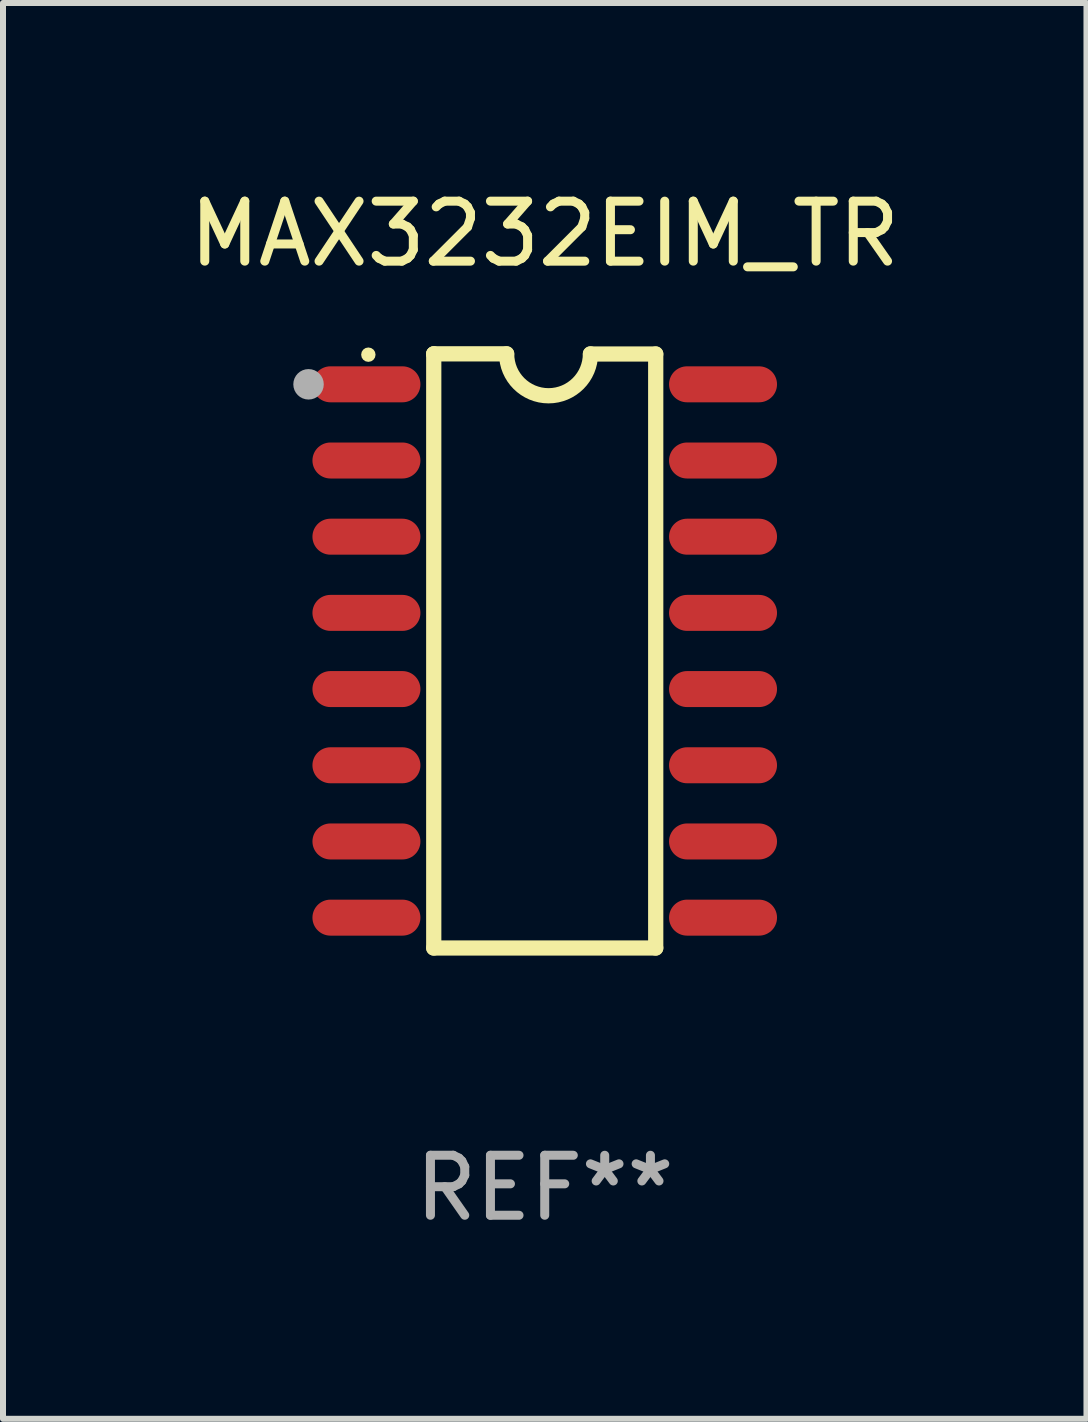
<source format=kicad_pcb>
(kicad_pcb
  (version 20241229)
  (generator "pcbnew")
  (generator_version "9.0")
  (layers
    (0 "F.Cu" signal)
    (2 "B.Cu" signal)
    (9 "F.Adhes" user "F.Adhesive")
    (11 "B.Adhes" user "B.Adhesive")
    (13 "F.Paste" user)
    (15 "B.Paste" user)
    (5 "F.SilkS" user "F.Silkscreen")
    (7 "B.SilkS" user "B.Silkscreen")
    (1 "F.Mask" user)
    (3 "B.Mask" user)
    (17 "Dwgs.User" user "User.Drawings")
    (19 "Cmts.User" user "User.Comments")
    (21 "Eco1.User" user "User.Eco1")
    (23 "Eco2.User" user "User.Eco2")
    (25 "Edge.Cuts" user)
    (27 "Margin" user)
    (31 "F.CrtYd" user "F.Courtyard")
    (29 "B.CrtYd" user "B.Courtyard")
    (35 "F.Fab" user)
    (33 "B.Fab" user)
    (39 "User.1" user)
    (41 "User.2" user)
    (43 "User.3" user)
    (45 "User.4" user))
  (footprint "MAX3232EIM_TR"
    (layer "F.Cu")
    (at 6.03 7.8)
    (property "Reference" "MAX3232EIM_TR" (at 0 -6.952 0) (layer "F.SilkS") (effects (font (size 1 1) (thickness 0.15))))
    (attr through_hole)
    (fp_line (start -1.85 -4.952) (end -1.85 -4.949) (stroke (width 0.254) (type solid)) (layer "F.SilkS"))
    (fp_line (start -1.85 -4.949) (end -1.85 4.952) (stroke (width 0.254) (type solid)) (layer "F.SilkS"))
    (fp_line (start -1.85 4.952) (end 1.85 4.952) (stroke (width 0.254) (type solid)) (layer "F.SilkS"))
    (fp_line (start -0.635 -4.952) (end -1.85 -4.952) (stroke (width 0.254) (type solid)) (layer "F.SilkS"))
    (fp_line (start 1.85 -4.949) (end 0.762 -4.949) (stroke (width 0.254) (type solid)) (layer "F.SilkS"))
    (fp_line (start 1.85 4.952) (end 1.85 -4.949) (stroke (width 0.254) (type solid)) (layer "F.SilkS"))
    (fp_arc (start 0.762002 -4.951524) (mid 0.0635 -4.253022) (end -0.635002 -4.951524) (stroke (width 0.254001) (type solid)) (layer "F.SilkS"))
    (fp_circle (center -2.94 -4.938) (end -2.88 -4.938) (stroke (width 0.12) (type solid)) (fill no) (layer "F.SilkS"))
    (fp_circle (center -3.937 -4.444) (end -3.81 -4.444) (stroke (width 0.254) (type solid)) (fill no) (layer "F.Fab"))
    (fp_text user "REF**" (at 0 8.952 0) (layer "F.Fab") (effects (font (size 1 1) (thickness 0.15))))
    (pad "1" smd oval (at -2.972 -4.444 90) (size 0.6 1.8) (layers "F.Cu" "F.Mask" "F.Paste"))
    (pad "2" smd oval (at -2.972 -3.174 90) (size 0.6 1.8) (layers "F.Cu" "F.Mask" "F.Paste"))
    (pad "3" smd oval (at -2.972 -1.904 90) (size 0.6 1.8) (layers "F.Cu" "F.Mask" "F.Paste"))
    (pad "4" smd oval (at -2.972 -0.634 90) (size 0.6 1.8) (layers "F.Cu" "F.Mask" "F.Paste"))
    (pad "5" smd oval (at -2.972 0.636 90) (size 0.6 1.8) (layers "F.Cu" "F.Mask" "F.Paste"))
    (pad "6" smd oval (at -2.972 1.906 90) (size 0.6 1.8) (layers "F.Cu" "F.Mask" "F.Paste"))
    (pad "7" smd oval (at -2.972 3.176 90) (size 0.6 1.8) (layers "F.Cu" "F.Mask" "F.Paste"))
    (pad "8" smd oval (at -2.972 4.446 90) (size 0.6 1.8) (layers "F.Cu" "F.Mask" "F.Paste"))
    (pad "9" smd oval (at 2.972 4.446 90) (size 0.6 1.8) (layers "F.Cu" "F.Mask" "F.Paste"))
    (pad "10" smd oval (at 2.972 3.176 90) (size 0.6 1.8) (layers "F.Cu" "F.Mask" "F.Paste"))
    (pad "11" smd oval (at 2.972 1.906 90) (size 0.6 1.8) (layers "F.Cu" "F.Mask" "F.Paste"))
    (pad "12" smd oval (at 2.972 0.636 90) (size 0.6 1.8) (layers "F.Cu" "F.Mask" "F.Paste"))
    (pad "13" smd oval (at 2.972 -0.634 90) (size 0.6 1.8) (layers "F.Cu" "F.Mask" "F.Paste"))
    (pad "14" smd oval (at 2.972 -1.904 90) (size 0.6 1.8) (layers "F.Cu" "F.Mask" "F.Paste"))
    (pad "15" smd oval (at 2.972 -3.174 90) (size 0.6 1.8) (layers "F.Cu" "F.Mask" "F.Paste"))
    (pad "16" smd oval (at 2.972 -4.444 90) (size 0.6 1.8) (layers "F.Cu" "F.Mask" "F.Paste")))
  (gr_rect
    (start -3 -3)
    (end 15.06 20.6)
    (stroke (width 0.1) (type default))
    (fill no)
    (layer "Edge.Cuts")))
</source>
